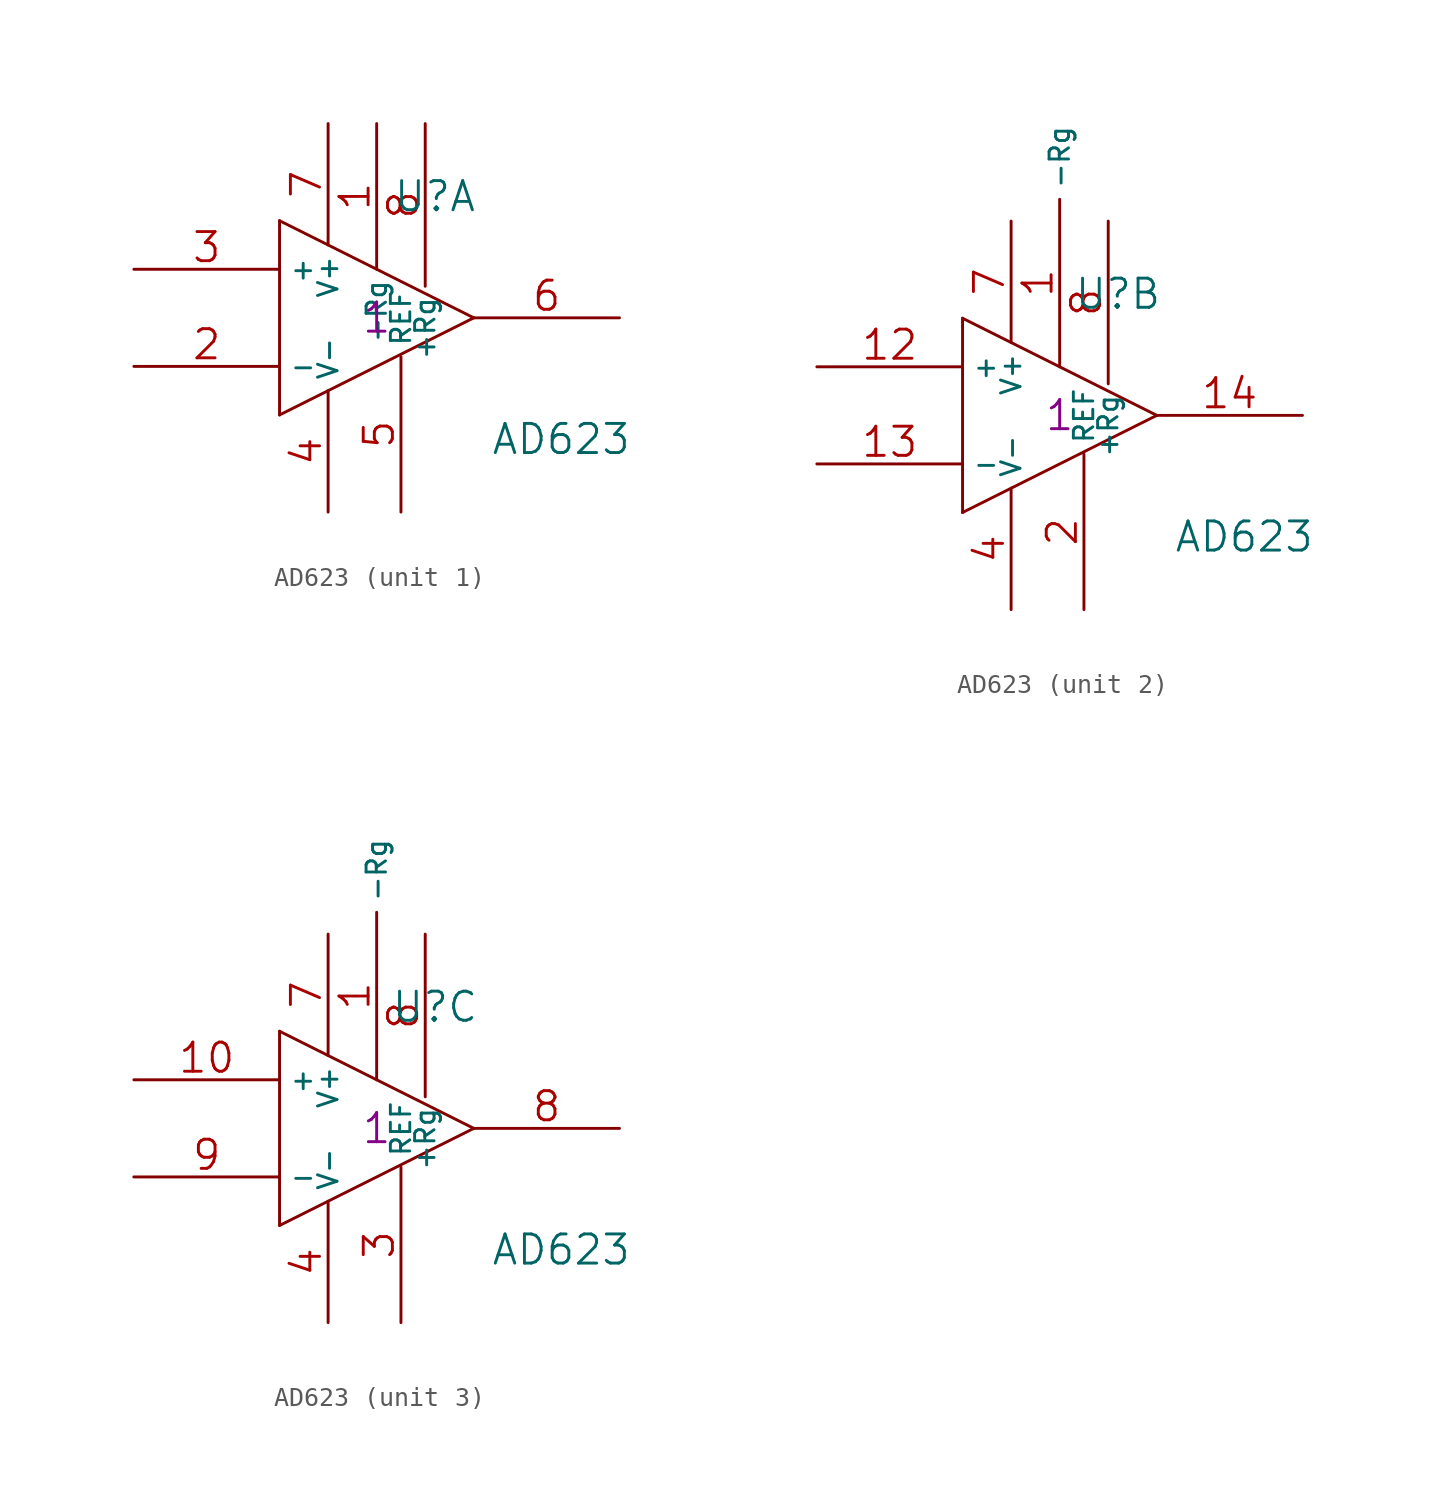
<source format=kicad_sym>
(kicad_symbol_lib
  (version 20220914)
  (generator kicad_symbol_editor)
  (symbol "AD623"
    (property "Reference" "U"
      (at 3.048 6.35 0)
      (effects (font (size 1.524 1.524))))
    (property "Value" "AD623"
      (at 9.652 -6.35 0)
      (effects (font (size 1.524 1.524))))
    (property "Field11" "1"
      (at 0 0 0)
      (effects (font (size 1.524 1.524))))
    (symbol "AD623_0_1"
      (polyline (pts (xy -5.08 -5.08) (xy -5.08 5.08)) (stroke (width 0) (type solid)) (fill (type none)))
      (polyline (pts (xy -5.08 5.08) (xy 5.08 0)) (stroke (width 0) (type solid)) (fill (type none)))
      (polyline (pts (xy 5.08 0) (xy -5.08 -5.08)) (stroke (width 0) (type solid)) (fill (type none)))
      (pin power_in line (at -2.54 -10.16 90) (length 6.35) (name "V-" (effects (font (size 1.016 1.016)))) (number "4" (effects (font (size 1.524 1.524)))))
      (pin power_in line (at -2.54 10.16 270) (length 6.35) (name "V+" (effects (font (size 1.016 1.016)))) (number "7" (effects (font (size 1.524 1.524))))))
    (symbol "AD623_1_1"
      (pin input line (at 0 10.16 270) (length 7.62) (name "-Rg" (effects (font (size 1.016 1.016)))) (number "1" (effects (font (size 1.524 1.524)))))
      (pin input line (at -12.7 -2.54 0) (length 7.62) (name "-" (effects (font (size 1.016 1.016)))) (number "2" (effects (font (size 1.524 1.524)))))
      (pin input line (at -12.7 2.54 0) (length 7.62) (name "+" (effects (font (size 1.016 1.016)))) (number "3" (effects (font (size 1.524 1.524)))))
      (pin input line (at 1.27 -10.16 90) (length 8.128) (name "REF" (effects (font (size 1.016 1.016)))) (number "5" (effects (font (size 1.524 1.524)))))
      (pin output line (at 12.7 0 180) (length 7.62) (name "~" (effects (font (size 1.016 1.016)))) (number "6" (effects (font (size 1.524 1.524)))))
      (pin input line (at 2.54 10.16 270) (length 8.509) (name "+Rg" (effects (font (size 1.016 1.016)))) (number "8" (effects (font (size 1.524 1.524))))))
    (symbol "AD623_2_1"
      (pin input line (at 0 2.54 90) (length 8.763) (name "-Rg" (effects (font (size 1.016 1.016)))) (number "1" (effects (font (size 1.524 1.524)))))
      (pin input line (at -12.7 2.54 0) (length 7.62) (name "+" (effects (font (size 1.016 1.016)))) (number "12" (effects (font (size 1.524 1.524)))))
      (pin input line (at -12.7 -2.54 0) (length 7.62) (name "-" (effects (font (size 1.016 1.016)))) (number "13" (effects (font (size 1.524 1.524)))))
      (pin output line (at 12.7 0 180) (length 7.62) (name "~" (effects (font (size 1.016 1.016)))) (number "14" (effects (font (size 1.524 1.524)))))
      (pin input line (at 1.27 -10.16 90) (length 8.128) (name "REF" (effects (font (size 1.016 1.016)))) (number "2" (effects (font (size 1.524 1.524)))))
      (pin input line (at 2.54 10.16 270) (length 8.509) (name "+Rg" (effects (font (size 1.016 1.016)))) (number "8" (effects (font (size 1.524 1.524))))))
    (symbol "AD623_3_1"
      (pin input line (at 0 2.54 90) (length 8.763) (name "-Rg" (effects (font (size 1.016 1.016)))) (number "1" (effects (font (size 1.524 1.524)))))
      (pin input line (at -12.7 2.54 0) (length 7.62) (name "+" (effects (font (size 1.016 1.016)))) (number "10" (effects (font (size 1.524 1.524)))))
      (pin input line (at 1.27 -10.16 90) (length 8.128) (name "REF" (effects (font (size 1.016 1.016)))) (number "3" (effects (font (size 1.524 1.524)))))
      (pin input line (at 2.54 10.16 270) (length 8.509) (name "+Rg" (effects (font (size 1.016 1.016)))) (number "8" (effects (font (size 1.524 1.524)))))
      (pin output line (at 12.7 0 180) (length 7.62) (name "~" (effects (font (size 1.016 1.016)))) (number "8" (effects (font (size 1.524 1.524)))))
      (pin input line (at -12.7 -2.54 0) (length 7.62) (name "-" (effects (font (size 1.016 1.016)))) (number "9" (effects (font (size 1.524 1.524))))))))
</source>
